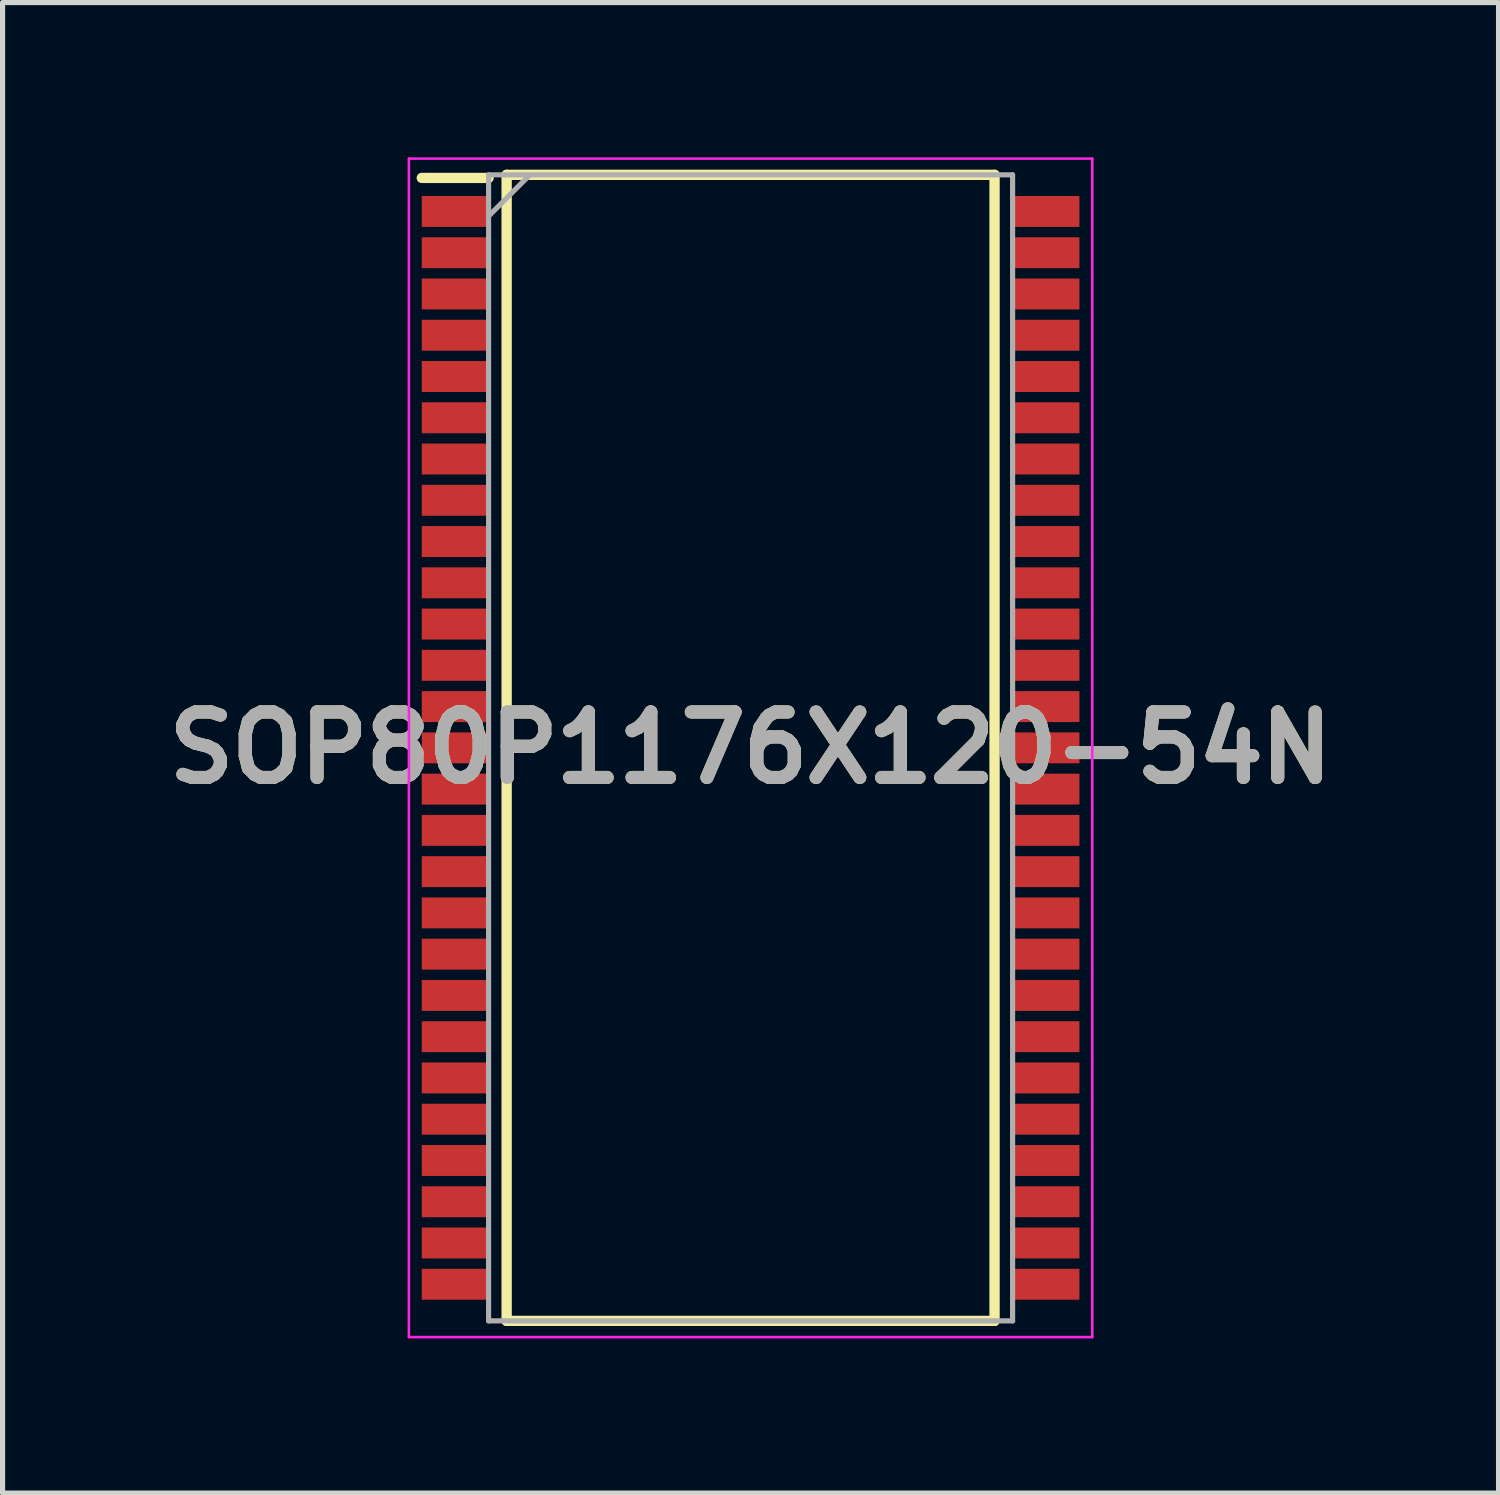
<source format=kicad_pcb>
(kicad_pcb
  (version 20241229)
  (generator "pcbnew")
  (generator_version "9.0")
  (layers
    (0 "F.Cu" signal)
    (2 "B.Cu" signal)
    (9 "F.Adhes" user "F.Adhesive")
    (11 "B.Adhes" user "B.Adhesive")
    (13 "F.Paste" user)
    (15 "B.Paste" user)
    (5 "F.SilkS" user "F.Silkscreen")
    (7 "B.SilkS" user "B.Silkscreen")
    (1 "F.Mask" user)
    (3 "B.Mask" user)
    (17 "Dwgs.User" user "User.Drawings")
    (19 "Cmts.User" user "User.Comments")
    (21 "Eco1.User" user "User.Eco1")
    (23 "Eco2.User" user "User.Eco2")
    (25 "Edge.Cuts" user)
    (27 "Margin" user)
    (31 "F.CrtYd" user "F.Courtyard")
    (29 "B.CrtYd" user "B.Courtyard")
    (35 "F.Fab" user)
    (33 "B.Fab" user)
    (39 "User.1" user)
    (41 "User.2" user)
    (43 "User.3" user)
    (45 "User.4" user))
  (footprint "SOP80P1176X120-54N"
    (layer "F.Cu")
    (at 11.503 11.45)
    (property "Reference" "SOP80P1176X120-54N" (at 0 0 0) (layer "F.SilkS") (effects (font (size 1.27 1.27) (thickness 0.254))))
    (attr smd)
    (fp_line (start -6.375 -11.05) (end -5.08 -11.05) (stroke (width 0.2) (type solid)) (layer "F.SilkS"))
    (fp_line (start -4.73 -11.11) (end 4.73 -11.11) (stroke (width 0.2) (type solid)) (layer "F.SilkS"))
    (fp_line (start -4.73 11.11) (end -4.73 -11.11) (stroke (width 0.2) (type solid)) (layer "F.SilkS"))
    (fp_line (start 4.73 -11.11) (end 4.73 11.11) (stroke (width 0.2) (type solid)) (layer "F.SilkS"))
    (fp_line (start 4.73 11.11) (end -4.73 11.11) (stroke (width 0.2) (type solid)) (layer "F.SilkS"))
    (fp_line (start -6.625 -11.425) (end 6.625 -11.425) (stroke (width 0.05) (type solid)) (layer "F.CrtYd"))
    (fp_line (start -6.625 11.425) (end -6.625 -11.425) (stroke (width 0.05) (type solid)) (layer "F.CrtYd"))
    (fp_line (start 6.625 -11.425) (end 6.625 11.425) (stroke (width 0.05) (type solid)) (layer "F.CrtYd"))
    (fp_line (start 6.625 11.425) (end -6.625 11.425) (stroke (width 0.05) (type solid)) (layer "F.CrtYd"))
    (fp_line (start -5.08 -11.11) (end 5.08 -11.11) (stroke (width 0.1) (type solid)) (layer "F.Fab"))
    (fp_line (start -5.08 -10.31) (end -4.28 -11.11) (stroke (width 0.1) (type solid)) (layer "F.Fab"))
    (fp_line (start -5.08 11.11) (end -5.08 -11.11) (stroke (width 0.1) (type solid)) (layer "F.Fab"))
    (fp_line (start 5.08 -11.11) (end 5.08 11.11) (stroke (width 0.1) (type solid)) (layer "F.Fab"))
    (fp_line (start 5.08 11.11) (end -5.08 11.11) (stroke (width 0.1) (type solid)) (layer "F.Fab"))
    (fp_text user "${REFERENCE}" (at 0 0 0) (layer "F.Fab") (effects (font (size 1.27 1.27) (thickness 0.254))))
    (pad "1" smd rect (at -5.728 -10.4 90) (size 0.6 1.295) (layers "F.Cu" "F.Mask" "F.Paste"))
    (pad "2" smd rect (at -5.728 -9.6 90) (size 0.6 1.295) (layers "F.Cu" "F.Mask" "F.Paste"))
    (pad "3" smd rect (at -5.728 -8.8 90) (size 0.6 1.295) (layers "F.Cu" "F.Mask" "F.Paste"))
    (pad "4" smd rect (at -5.728 -8 90) (size 0.6 1.295) (layers "F.Cu" "F.Mask" "F.Paste"))
    (pad "5" smd rect (at -5.728 -7.2 90) (size 0.6 1.295) (layers "F.Cu" "F.Mask" "F.Paste"))
    (pad "6" smd rect (at -5.728 -6.4 90) (size 0.6 1.295) (layers "F.Cu" "F.Mask" "F.Paste"))
    (pad "7" smd rect (at -5.728 -5.6 90) (size 0.6 1.295) (layers "F.Cu" "F.Mask" "F.Paste"))
    (pad "8" smd rect (at -5.728 -4.8 90) (size 0.6 1.295) (layers "F.Cu" "F.Mask" "F.Paste"))
    (pad "9" smd rect (at -5.728 -4 90) (size 0.6 1.295) (layers "F.Cu" "F.Mask" "F.Paste"))
    (pad "10" smd rect (at -5.728 -3.2 90) (size 0.6 1.295) (layers "F.Cu" "F.Mask" "F.Paste"))
    (pad "11" smd rect (at -5.728 -2.4 90) (size 0.6 1.295) (layers "F.Cu" "F.Mask" "F.Paste"))
    (pad "12" smd rect (at -5.728 -1.6 90) (size 0.6 1.295) (layers "F.Cu" "F.Mask" "F.Paste"))
    (pad "13" smd rect (at -5.728 -0.8 90) (size 0.6 1.295) (layers "F.Cu" "F.Mask" "F.Paste"))
    (pad "14" smd rect (at -5.728 0 90) (size 0.6 1.295) (layers "F.Cu" "F.Mask" "F.Paste"))
    (pad "15" smd rect (at -5.728 0.8 90) (size 0.6 1.295) (layers "F.Cu" "F.Mask" "F.Paste"))
    (pad "16" smd rect (at -5.728 1.6 90) (size 0.6 1.295) (layers "F.Cu" "F.Mask" "F.Paste"))
    (pad "17" smd rect (at -5.728 2.4 90) (size 0.6 1.295) (layers "F.Cu" "F.Mask" "F.Paste"))
    (pad "18" smd rect (at -5.728 3.2 90) (size 0.6 1.295) (layers "F.Cu" "F.Mask" "F.Paste"))
    (pad "19" smd rect (at -5.728 4 90) (size 0.6 1.295) (layers "F.Cu" "F.Mask" "F.Paste"))
    (pad "20" smd rect (at -5.728 4.8 90) (size 0.6 1.295) (layers "F.Cu" "F.Mask" "F.Paste"))
    (pad "21" smd rect (at -5.728 5.6 90) (size 0.6 1.295) (layers "F.Cu" "F.Mask" "F.Paste"))
    (pad "22" smd rect (at -5.728 6.4 90) (size 0.6 1.295) (layers "F.Cu" "F.Mask" "F.Paste"))
    (pad "23" smd rect (at -5.728 7.2 90) (size 0.6 1.295) (layers "F.Cu" "F.Mask" "F.Paste"))
    (pad "24" smd rect (at -5.728 8 90) (size 0.6 1.295) (layers "F.Cu" "F.Mask" "F.Paste"))
    (pad "25" smd rect (at -5.728 8.8 90) (size 0.6 1.295) (layers "F.Cu" "F.Mask" "F.Paste"))
    (pad "26" smd rect (at -5.728 9.6 90) (size 0.6 1.295) (layers "F.Cu" "F.Mask" "F.Paste"))
    (pad "27" smd rect (at -5.728 10.4 90) (size 0.6 1.295) (layers "F.Cu" "F.Mask" "F.Paste"))
    (pad "28" smd rect (at 5.728 10.4 90) (size 0.6 1.295) (layers "F.Cu" "F.Mask" "F.Paste"))
    (pad "29" smd rect (at 5.728 9.6 90) (size 0.6 1.295) (layers "F.Cu" "F.Mask" "F.Paste"))
    (pad "30" smd rect (at 5.728 8.8 90) (size 0.6 1.295) (layers "F.Cu" "F.Mask" "F.Paste"))
    (pad "31" smd rect (at 5.728 8 90) (size 0.6 1.295) (layers "F.Cu" "F.Mask" "F.Paste"))
    (pad "32" smd rect (at 5.728 7.2 90) (size 0.6 1.295) (layers "F.Cu" "F.Mask" "F.Paste"))
    (pad "33" smd rect (at 5.728 6.4 90) (size 0.6 1.295) (layers "F.Cu" "F.Mask" "F.Paste"))
    (pad "34" smd rect (at 5.728 5.6 90) (size 0.6 1.295) (layers "F.Cu" "F.Mask" "F.Paste"))
    (pad "35" smd rect (at 5.728 4.8 90) (size 0.6 1.295) (layers "F.Cu" "F.Mask" "F.Paste"))
    (pad "36" smd rect (at 5.728 4 90) (size 0.6 1.295) (layers "F.Cu" "F.Mask" "F.Paste"))
    (pad "37" smd rect (at 5.728 3.2 90) (size 0.6 1.295) (layers "F.Cu" "F.Mask" "F.Paste"))
    (pad "38" smd rect (at 5.728 2.4 90) (size 0.6 1.295) (layers "F.Cu" "F.Mask" "F.Paste"))
    (pad "39" smd rect (at 5.728 1.6 90) (size 0.6 1.295) (layers "F.Cu" "F.Mask" "F.Paste"))
    (pad "40" smd rect (at 5.728 0.8 90) (size 0.6 1.295) (layers "F.Cu" "F.Mask" "F.Paste"))
    (pad "41" smd rect (at 5.728 0 90) (size 0.6 1.295) (layers "F.Cu" "F.Mask" "F.Paste"))
    (pad "42" smd rect (at 5.728 -0.8 90) (size 0.6 1.295) (layers "F.Cu" "F.Mask" "F.Paste"))
    (pad "43" smd rect (at 5.728 -1.6 90) (size 0.6 1.295) (layers "F.Cu" "F.Mask" "F.Paste"))
    (pad "44" smd rect (at 5.728 -2.4 90) (size 0.6 1.295) (layers "F.Cu" "F.Mask" "F.Paste"))
    (pad "45" smd rect (at 5.728 -3.2 90) (size 0.6 1.295) (layers "F.Cu" "F.Mask" "F.Paste"))
    (pad "46" smd rect (at 5.728 -4 90) (size 0.6 1.295) (layers "F.Cu" "F.Mask" "F.Paste"))
    (pad "47" smd rect (at 5.728 -4.8 90) (size 0.6 1.295) (layers "F.Cu" "F.Mask" "F.Paste"))
    (pad "48" smd rect (at 5.728 -5.6 90) (size 0.6 1.295) (layers "F.Cu" "F.Mask" "F.Paste"))
    (pad "49" smd rect (at 5.728 -6.4 90) (size 0.6 1.295) (layers "F.Cu" "F.Mask" "F.Paste"))
    (pad "50" smd rect (at 5.728 -7.2 90) (size 0.6 1.295) (layers "F.Cu" "F.Mask" "F.Paste"))
    (pad "51" smd rect (at 5.728 -8 90) (size 0.6 1.295) (layers "F.Cu" "F.Mask" "F.Paste"))
    (pad "52" smd rect (at 5.728 -8.8 90) (size 0.6 1.295) (layers "F.Cu" "F.Mask" "F.Paste"))
    (pad "53" smd rect (at 5.728 -9.6 90) (size 0.6 1.295) (layers "F.Cu" "F.Mask" "F.Paste"))
    (pad "54" smd rect (at 5.728 -10.4 90) (size 0.6 1.295) (layers "F.Cu" "F.Mask" "F.Paste")))
  (gr_rect
    (start -3 -3)
    (end 26.005 25.9)
    (stroke (width 0.1) (type default))
    (fill no)
    (layer "Edge.Cuts")))
</source>
